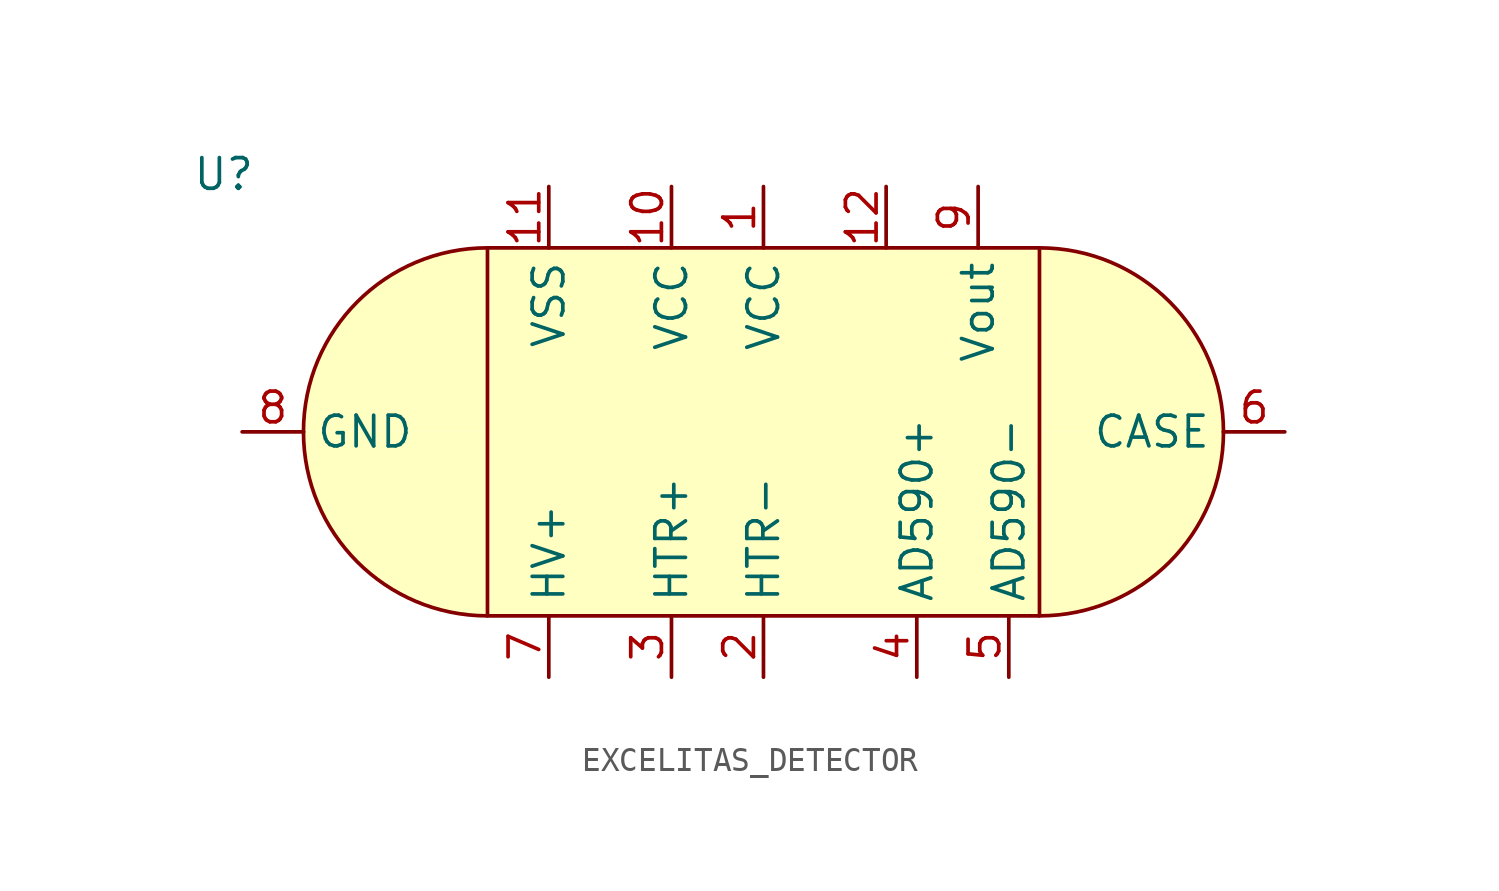
<source format=kicad_sym>
(kicad_symbol_lib
  (version 20231120)
  (generator "kicad_symbol_editor")
  (generator_version "8.0")
  (symbol "EXCELITAS_DETECTOR"
    (property "Reference" "U"
      (at 1.778 25.908 0)
      (effects (font (size 1.27 1.27))))
    (property "Value" ""
      (at 34.544 7.62 0)
      (effects (font (size 1.27 1.27))))
    (symbol "EXCELITAS_DETECTOR_1_1"
      (arc (start 5.08 15.24) (mid 7.3118 9.8518) (end 12.7 7.62) (stroke (width 0) (type default)) (fill (type background)))
      (arc (start 12.7 22.86) (mid 7.3118 20.6282) (end 5.08 15.24) (stroke (width 0) (type default)) (fill (type background)))
      (rectangle (start 12.7 22.86) (end 35.56 7.62) (stroke (width 0) (type default)) (fill (type background)))
      (arc (start 35.56 7.62) (mid 40.9482 9.8518) (end 43.18 15.24) (stroke (width 0) (type default)) (fill (type background)))
      (arc (start 43.18 15.24) (mid 40.9482 20.6282) (end 35.56 22.86) (stroke (width 0) (type default)) (fill (type background)))
      (pin power_in line (at 24.13 25.4 270) (length 2.54) (name "VCC" (effects (font (size 1.27 1.27)))) (number "1" (effects (font (size 1.27 1.27)))))
      (pin power_in line (at 20.32 25.4 270) (length 2.54) (name "VCC" (effects (font (size 1.27 1.27)))) (number "10" (effects (font (size 1.27 1.27)))))
      (pin power_in line (at 15.24 25.4 270) (length 2.54) (name "VSS" (effects (font (size 1.27 1.27)))) (number "11" (effects (font (size 1.27 1.27)))))
      (pin passive line (at 29.21 25.4 270) (length 2.54) (name "" (effects (font (size 1.27 1.27)))) (number "12" (effects (font (size 1.27 1.27)))))
      (pin bidirectional line (at 24.13 5.08 90) (length 2.54) (name "HTR-" (effects (font (size 1.27 1.27)))) (number "2" (effects (font (size 1.27 1.27)))))
      (pin bidirectional line (at 20.32 5.08 90) (length 2.54) (name "HTR+" (effects (font (size 1.27 1.27)))) (number "3" (effects (font (size 1.27 1.27)))))
      (pin power_in line (at 30.48 5.08 90) (length 2.54) (name "AD590+" (effects (font (size 1.27 1.27)))) (number "4" (effects (font (size 1.27 1.27)))))
      (pin output line (at 34.29 5.08 90) (length 2.54) (name "AD590-" (effects (font (size 1.27 1.27)))) (number "5" (effects (font (size 1.27 1.27)))))
      (pin passive line (at 45.72 15.24 180) (length 2.54) (name "CASE" (effects (font (size 1.27 1.27)))) (number "6" (effects (font (size 1.27 1.27)))))
      (pin power_in line (at 15.24 5.08 90) (length 2.54) (name "HV+" (effects (font (size 1.27 1.27)))) (number "7" (effects (font (size 1.27 1.27)))))
      (pin power_in line (at 2.54 15.24 0) (length 2.54) (name "GND" (effects (font (size 1.27 1.27)))) (number "8" (effects (font (size 1.27 1.27)))))
      (pin output line (at 33.02 25.4 270) (length 2.54) (name "Vout" (effects (font (size 1.27 1.27)))) (number "9" (effects (font (size 1.27 1.27))))))))
</source>
